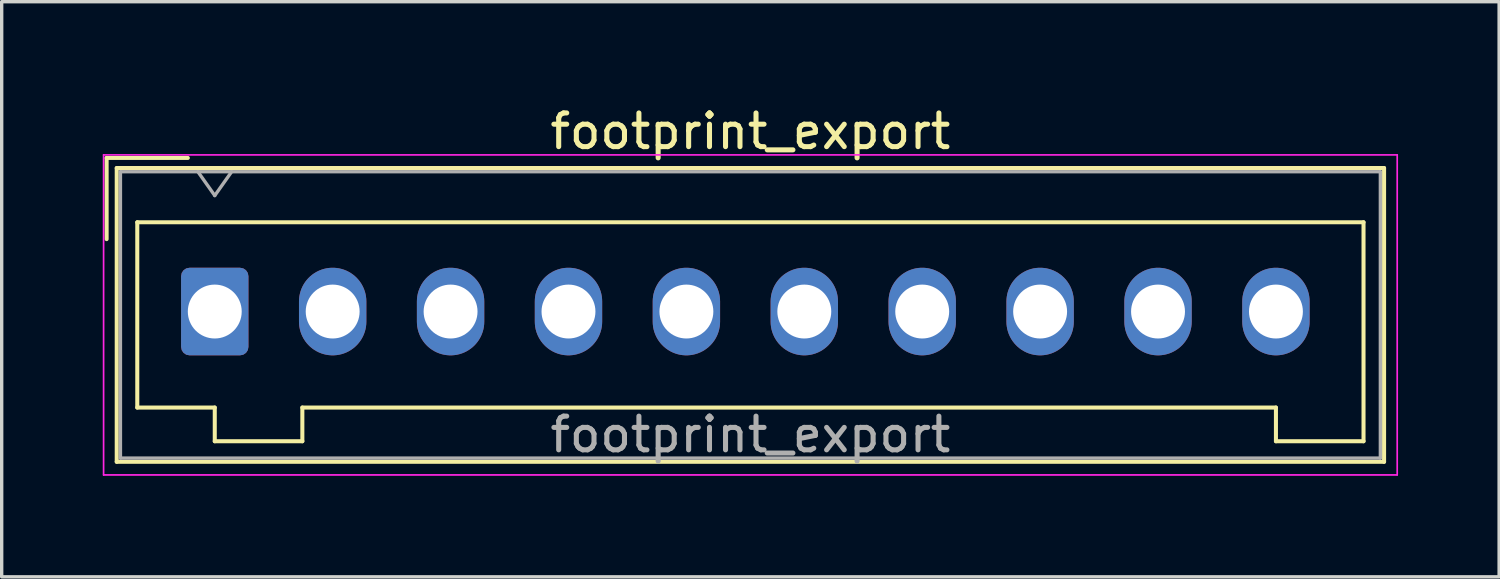
<source format=kicad_pcb>
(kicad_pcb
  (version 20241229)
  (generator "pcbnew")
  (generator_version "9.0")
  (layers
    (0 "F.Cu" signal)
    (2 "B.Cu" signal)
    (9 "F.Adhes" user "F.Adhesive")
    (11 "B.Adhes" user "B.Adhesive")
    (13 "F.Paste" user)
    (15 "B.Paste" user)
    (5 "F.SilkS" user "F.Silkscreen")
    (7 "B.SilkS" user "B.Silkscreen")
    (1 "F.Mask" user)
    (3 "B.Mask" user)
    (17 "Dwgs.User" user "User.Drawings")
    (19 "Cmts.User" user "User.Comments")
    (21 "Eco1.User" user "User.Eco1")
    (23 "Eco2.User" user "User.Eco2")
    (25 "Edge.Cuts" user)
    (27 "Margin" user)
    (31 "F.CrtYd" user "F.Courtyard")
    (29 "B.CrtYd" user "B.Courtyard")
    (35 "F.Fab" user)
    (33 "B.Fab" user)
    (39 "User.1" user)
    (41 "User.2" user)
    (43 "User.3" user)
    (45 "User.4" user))
  (footprint "footprint_export"
    (layer "F.Cu")
    (at 3.325 6.198)
    (property "Reference" "footprint_export" (at 15.9 -5.35 0) (layer "F.SilkS") (effects (font (size 1 1) (thickness 0.15))))
    (attr through_hole)
    (fp_line (start -3.21 -4.56) (end -0.8 -4.56) (stroke (width 0.12) (type solid)) (layer "F.SilkS"))
    (fp_line (start -3.21 -2.15) (end -3.21 -4.56) (stroke (width 0.12) (type solid)) (layer "F.SilkS"))
    (fp_line (start -2.91 -4.26) (end -2.91 4.46) (stroke (width 0.12) (type solid)) (layer "F.SilkS"))
    (fp_line (start -2.91 4.46) (end 34.71 4.46) (stroke (width 0.12) (type solid)) (layer "F.SilkS"))
    (fp_line (start -2.3 -2.65) (end -2.3 2.85) (stroke (width 0.12) (type solid)) (layer "F.SilkS"))
    (fp_line (start -2.3 2.85) (end 0 2.85) (stroke (width 0.12) (type solid)) (layer "F.SilkS"))
    (fp_line (start 0 2.85) (end 0 3.85) (stroke (width 0.12) (type solid)) (layer "F.SilkS"))
    (fp_line (start 0 3.85) (end 2.6 3.85) (stroke (width 0.12) (type solid)) (layer "F.SilkS"))
    (fp_line (start 2.6 2.85) (end 31.5 2.85) (stroke (width 0.12) (type solid)) (layer "F.SilkS"))
    (fp_line (start 2.6 3.85) (end 2.6 2.85) (stroke (width 0.12) (type solid)) (layer "F.SilkS"))
    (fp_line (start 31.5 2.85) (end 31.5 3.85) (stroke (width 0.12) (type solid)) (layer "F.SilkS"))
    (fp_line (start 31.5 3.85) (end 34.1 3.85) (stroke (width 0.12) (type solid)) (layer "F.SilkS"))
    (fp_line (start 34.1 -2.65) (end -2.3 -2.65) (stroke (width 0.12) (type solid)) (layer "F.SilkS"))
    (fp_line (start 34.1 3.85) (end 34.1 -2.65) (stroke (width 0.12) (type solid)) (layer "F.SilkS"))
    (fp_line (start 34.71 -4.26) (end -2.91 -4.26) (stroke (width 0.12) (type solid)) (layer "F.SilkS"))
    (fp_line (start 34.71 4.46) (end 34.71 -4.26) (stroke (width 0.12) (type solid)) (layer "F.SilkS"))
    (fp_line (start -3.3 -4.65) (end -3.3 4.85) (stroke (width 0.05) (type solid)) (layer "F.CrtYd"))
    (fp_line (start -3.3 4.85) (end 35.1 4.85) (stroke (width 0.05) (type solid)) (layer "F.CrtYd"))
    (fp_line (start 35.1 -4.65) (end -3.3 -4.65) (stroke (width 0.05) (type solid)) (layer "F.CrtYd"))
    (fp_line (start 35.1 4.85) (end 35.1 -4.65) (stroke (width 0.05) (type solid)) (layer "F.CrtYd"))
    (fp_line (start -2.8 -4.15) (end -2.8 4.35) (stroke (width 0.1) (type solid)) (layer "F.Fab"))
    (fp_line (start -2.8 4.35) (end 34.6 4.35) (stroke (width 0.1) (type solid)) (layer "F.Fab"))
    (fp_line (start -0.5 -4.15) (end 0 -3.443) (stroke (width 0.1) (type solid)) (layer "F.Fab"))
    (fp_line (start 0 -3.443) (end 0.5 -4.15) (stroke (width 0.1) (type solid)) (layer "F.Fab"))
    (fp_line (start 34.6 -4.15) (end -2.8 -4.15) (stroke (width 0.1) (type solid)) (layer "F.Fab"))
    (fp_line (start 34.6 4.35) (end 34.6 -4.15) (stroke (width 0.1) (type solid)) (layer "F.Fab"))
    (fp_text user "${REFERENCE}" (at 15.9 3.65 0) (layer "F.Fab") (effects (font (size 1 1) (thickness 0.15))))
    (pad "1" thru_hole roundrect (at 0 0) (size 2 2.6) (drill 1.6) (layers "*.Cu" "*.Mask") (roundrect_rratio 0.125))
    (pad "2" thru_hole oval (at 3.5 0) (size 2 2.6) (drill 1.6) (layers "*.Cu" "*.Mask"))
    (pad "3" thru_hole oval (at 7 0) (size 2 2.6) (drill 1.6) (layers "*.Cu" "*.Mask"))
    (pad "4" thru_hole oval (at 10.5 0) (size 2 2.6) (drill 1.6) (layers "*.Cu" "*.Mask"))
    (pad "5" thru_hole oval (at 14 0) (size 2 2.6) (drill 1.6) (layers "*.Cu" "*.Mask"))
    (pad "6" thru_hole oval (at 17.5 0) (size 2 2.6) (drill 1.6) (layers "*.Cu" "*.Mask"))
    (pad "7" thru_hole oval (at 21 0) (size 2 2.6) (drill 1.6) (layers "*.Cu" "*.Mask"))
    (pad "8" thru_hole oval (at 24.5 0) (size 2 2.6) (drill 1.6) (layers "*.Cu" "*.Mask"))
    (pad "9" thru_hole oval (at 28 0) (size 2 2.6) (drill 1.6) (layers "*.Cu" "*.Mask"))
    (pad "10" thru_hole oval (at 31.5 0) (size 2 2.6) (drill 1.6) (layers "*.Cu" "*.Mask")))
  (gr_rect
    (start -3 -3)
    (end 41.45 14.073)
    (stroke (width 0.1) (type default))
    (fill no)
    (layer "Edge.Cuts")))
</source>
